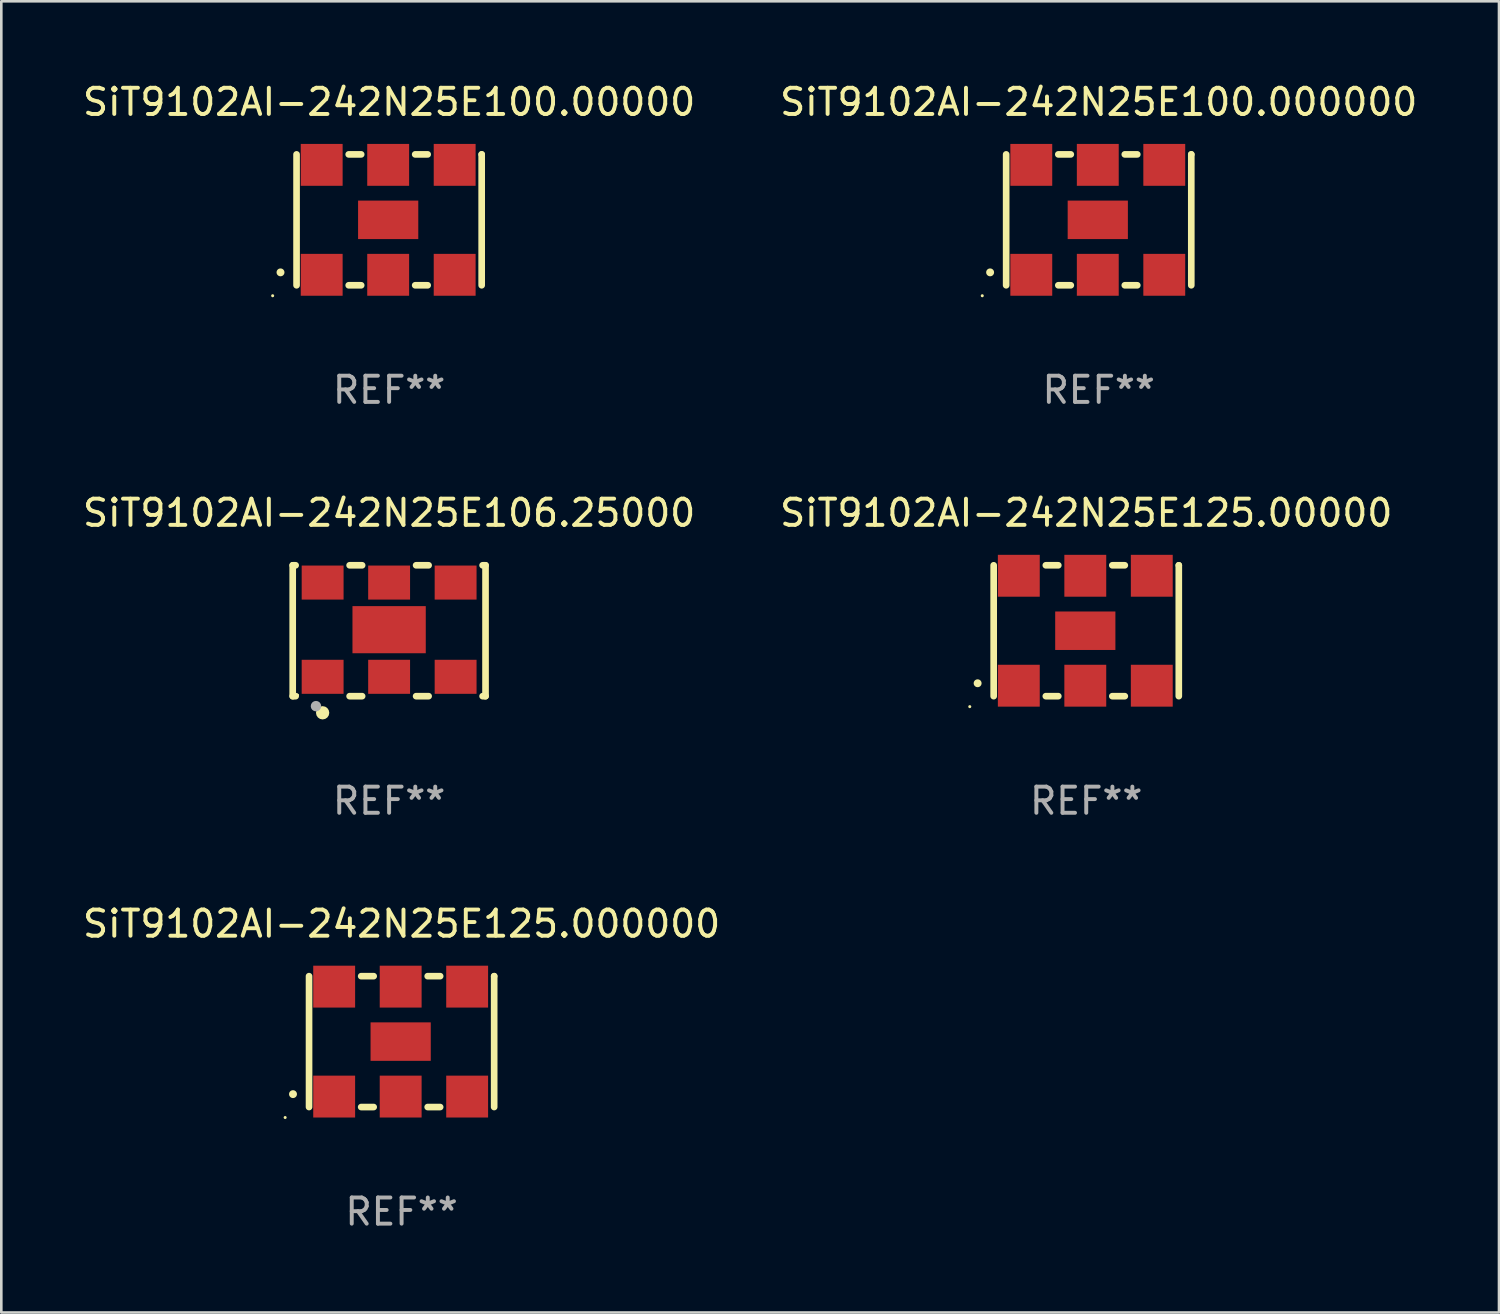
<source format=kicad_pcb>
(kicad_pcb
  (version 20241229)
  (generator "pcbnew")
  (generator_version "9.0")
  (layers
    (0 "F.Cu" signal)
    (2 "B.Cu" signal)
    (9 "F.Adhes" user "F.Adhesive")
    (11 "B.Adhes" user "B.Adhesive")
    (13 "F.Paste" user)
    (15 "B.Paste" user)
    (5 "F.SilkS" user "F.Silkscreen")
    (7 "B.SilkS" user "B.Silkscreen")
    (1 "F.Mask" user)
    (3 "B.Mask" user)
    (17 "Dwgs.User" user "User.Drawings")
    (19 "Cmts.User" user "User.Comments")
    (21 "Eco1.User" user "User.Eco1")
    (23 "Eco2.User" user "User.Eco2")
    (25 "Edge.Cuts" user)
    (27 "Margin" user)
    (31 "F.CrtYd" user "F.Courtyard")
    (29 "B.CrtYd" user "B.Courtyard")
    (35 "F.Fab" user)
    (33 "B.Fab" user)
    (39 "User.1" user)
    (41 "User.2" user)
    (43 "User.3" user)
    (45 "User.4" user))
  (footprint "SiT9102AI-242N25E100.000000"
    (layer "F.Cu")
    (at 38.923 5.348)
    (property "Reference" "SiT9102AI-242N25E100.000000" (at 0 -4.5 0) (layer "F.SilkS") (effects (font (size 1 1) (thickness 0.15))))
    (attr through_hole)
    (fp_line (start -3.536 -2.5) (end -3.536 2.5) (stroke (width 0.254) (type solid)) (layer "F.SilkS"))
    (fp_line (start -1.544 2.5) (end -1.067 2.5) (stroke (width 0.254) (type solid)) (layer "F.SilkS"))
    (fp_line (start -1.067 -2.5) (end -1.544 -2.5) (stroke (width 0.254) (type solid)) (layer "F.SilkS"))
    (fp_line (start 0.996 2.5) (end 1.473 2.5) (stroke (width 0.254) (type solid)) (layer "F.SilkS"))
    (fp_line (start 1.473 -2.5) (end 0.996 -2.5) (stroke (width 0.254) (type solid)) (layer "F.SilkS"))
    (fp_line (start 3.536 -2.5) (end 3.536 -2.5) (stroke (width 0.254) (type solid)) (layer "F.SilkS"))
    (fp_line (start 3.536 2.5) (end 3.536 -2.5) (stroke (width 0.254) (type solid)) (layer "F.SilkS"))
    (fp_arc (start -4.150432 2.006604) (mid -4.149162 2.006599) (end -4.147892 2.006604) (stroke (width 0.3) (type solid)) (layer "F.SilkS"))
    (fp_circle (center -4.449 2.9) (end -4.419 2.9) (stroke (width 0.06) (type solid)) (fill no) (layer "F.SilkS"))
    (fp_text user "REF**" (at 0 6.5 0) (layer "F.Fab") (effects (font (size 1 1) (thickness 0.15))))
    (pad "1" smd rect (at -2.576 2.1) (size 1.6 1.6) (layers "F.Cu" "F.Mask" "F.Paste"))
    (pad "2" smd rect (at -0.036 2.1) (size 1.6 1.6) (layers "F.Cu" "F.Mask" "F.Paste"))
    (pad "3" smd rect (at 2.504 2.1) (size 1.6 1.6) (layers "F.Cu" "F.Mask" "F.Paste"))
    (pad "4" smd rect (at 2.504 -2.1) (size 1.6 1.6) (layers "F.Cu" "F.Mask" "F.Paste"))
    (pad "5" smd rect (at -0.036 -2.1) (size 1.6 1.6) (layers "F.Cu" "F.Mask" "F.Paste"))
    (pad "6" smd rect (at -2.576 -2.1) (size 1.6 1.6) (layers "F.Cu" "F.Mask" "F.Paste"))
    (pad "7" smd rect (at -0.036 0) (size 2.3 1.47) (layers "F.Cu" "F.Mask" "F.Paste")))
  (footprint "SiT9102AI-242N25E125.000000"
    (layer "F.Cu")
    (at 12.292 36.741)
    (property "Reference" "SiT9102AI-242N25E125.000000" (at 0 -4.5 0) (layer "F.SilkS") (effects (font (size 1 1) (thickness 0.15))))
    (attr through_hole)
    (fp_line (start -3.536 -2.5) (end -3.536 2.5) (stroke (width 0.254) (type solid)) (layer "F.SilkS"))
    (fp_line (start -1.544 2.5) (end -1.067 2.5) (stroke (width 0.254) (type solid)) (layer "F.SilkS"))
    (fp_line (start -1.067 -2.5) (end -1.544 -2.5) (stroke (width 0.254) (type solid)) (layer "F.SilkS"))
    (fp_line (start 0.996 2.5) (end 1.473 2.5) (stroke (width 0.254) (type solid)) (layer "F.SilkS"))
    (fp_line (start 1.473 -2.5) (end 0.996 -2.5) (stroke (width 0.254) (type solid)) (layer "F.SilkS"))
    (fp_line (start 3.536 -2.5) (end 3.536 -2.5) (stroke (width 0.254) (type solid)) (layer "F.SilkS"))
    (fp_line (start 3.536 2.5) (end 3.536 -2.5) (stroke (width 0.254) (type solid)) (layer "F.SilkS"))
    (fp_arc (start -4.150432 2.006604) (mid -4.149162 2.006599) (end -4.147892 2.006604) (stroke (width 0.3) (type solid)) (layer "F.SilkS"))
    (fp_circle (center -4.449 2.9) (end -4.419 2.9) (stroke (width 0.06) (type solid)) (fill no) (layer "F.SilkS"))
    (fp_text user "REF**" (at 0 6.5 0) (layer "F.Fab") (effects (font (size 1 1) (thickness 0.15))))
    (pad "1" smd rect (at -2.576 2.1) (size 1.6 1.6) (layers "F.Cu" "F.Mask" "F.Paste"))
    (pad "2" smd rect (at -0.036 2.1) (size 1.6 1.6) (layers "F.Cu" "F.Mask" "F.Paste"))
    (pad "3" smd rect (at 2.504 2.1) (size 1.6 1.6) (layers "F.Cu" "F.Mask" "F.Paste"))
    (pad "4" smd rect (at 2.504 -2.1) (size 1.6 1.6) (layers "F.Cu" "F.Mask" "F.Paste"))
    (pad "5" smd rect (at -0.036 -2.1) (size 1.6 1.6) (layers "F.Cu" "F.Mask" "F.Paste"))
    (pad "6" smd rect (at -2.576 -2.1) (size 1.6 1.6) (layers "F.Cu" "F.Mask" "F.Paste"))
    (pad "7" smd rect (at -0.036 0) (size 2.3 1.47) (layers "F.Cu" "F.Mask" "F.Paste")))
  (footprint "SiT9102AI-242N25E100.00000"
    (layer "F.Cu")
    (at 11.815 5.348)
    (property "Reference" "SiT9102AI-242N25E100.00000" (at 0 -4.5 0) (layer "F.SilkS") (effects (font (size 1 1) (thickness 0.15))))
    (attr through_hole)
    (fp_line (start -3.536 -2.5) (end -3.536 2.5) (stroke (width 0.254) (type solid)) (layer "F.SilkS"))
    (fp_line (start -1.544 2.5) (end -1.067 2.5) (stroke (width 0.254) (type solid)) (layer "F.SilkS"))
    (fp_line (start -1.067 -2.5) (end -1.544 -2.5) (stroke (width 0.254) (type solid)) (layer "F.SilkS"))
    (fp_line (start 0.996 2.5) (end 1.473 2.5) (stroke (width 0.254) (type solid)) (layer "F.SilkS"))
    (fp_line (start 1.473 -2.5) (end 0.996 -2.5) (stroke (width 0.254) (type solid)) (layer "F.SilkS"))
    (fp_line (start 3.536 -2.5) (end 3.536 -2.5) (stroke (width 0.254) (type solid)) (layer "F.SilkS"))
    (fp_line (start 3.536 2.5) (end 3.536 -2.5) (stroke (width 0.254) (type solid)) (layer "F.SilkS"))
    (fp_arc (start -4.150432 2.006604) (mid -4.149162 2.006599) (end -4.147892 2.006604) (stroke (width 0.3) (type solid)) (layer "F.SilkS"))
    (fp_circle (center -4.449 2.9) (end -4.419 2.9) (stroke (width 0.06) (type solid)) (fill no) (layer "F.SilkS"))
    (fp_text user "REF**" (at 0 6.5 0) (layer "F.Fab") (effects (font (size 1 1) (thickness 0.15))))
    (pad "1" smd rect (at -2.576 2.1) (size 1.6 1.6) (layers "F.Cu" "F.Mask" "F.Paste"))
    (pad "2" smd rect (at -0.036 2.1) (size 1.6 1.6) (layers "F.Cu" "F.Mask" "F.Paste"))
    (pad "3" smd rect (at 2.504 2.1) (size 1.6 1.6) (layers "F.Cu" "F.Mask" "F.Paste"))
    (pad "4" smd rect (at 2.504 -2.1) (size 1.6 1.6) (layers "F.Cu" "F.Mask" "F.Paste"))
    (pad "5" smd rect (at -0.036 -2.1) (size 1.6 1.6) (layers "F.Cu" "F.Mask" "F.Paste"))
    (pad "6" smd rect (at -2.576 -2.1) (size 1.6 1.6) (layers "F.Cu" "F.Mask" "F.Paste"))
    (pad "7" smd rect (at -0.036 0) (size 2.3 1.47) (layers "F.Cu" "F.Mask" "F.Paste")))
  (footprint "SiT9102AI-242N25E125.00000"
    (layer "F.Cu")
    (at 38.446 21.045)
    (property "Reference" "SiT9102AI-242N25E125.00000" (at 0 -4.5 0) (layer "F.SilkS") (effects (font (size 1 1) (thickness 0.15))))
    (attr through_hole)
    (fp_line (start -3.536 -2.5) (end -3.536 2.5) (stroke (width 0.254) (type solid)) (layer "F.SilkS"))
    (fp_line (start -1.544 2.5) (end -1.067 2.5) (stroke (width 0.254) (type solid)) (layer "F.SilkS"))
    (fp_line (start -1.067 -2.5) (end -1.544 -2.5) (stroke (width 0.254) (type solid)) (layer "F.SilkS"))
    (fp_line (start 0.996 2.5) (end 1.473 2.5) (stroke (width 0.254) (type solid)) (layer "F.SilkS"))
    (fp_line (start 1.473 -2.5) (end 0.996 -2.5) (stroke (width 0.254) (type solid)) (layer "F.SilkS"))
    (fp_line (start 3.536 -2.5) (end 3.536 -2.5) (stroke (width 0.254) (type solid)) (layer "F.SilkS"))
    (fp_line (start 3.536 2.5) (end 3.536 -2.5) (stroke (width 0.254) (type solid)) (layer "F.SilkS"))
    (fp_arc (start -4.150432 2.006604) (mid -4.149162 2.006599) (end -4.147892 2.006604) (stroke (width 0.3) (type solid)) (layer "F.SilkS"))
    (fp_circle (center -4.449 2.9) (end -4.419 2.9) (stroke (width 0.06) (type solid)) (fill no) (layer "F.SilkS"))
    (fp_text user "REF**" (at 0 6.5 0) (layer "F.Fab") (effects (font (size 1 1) (thickness 0.15))))
    (pad "1" smd rect (at -2.576 2.1) (size 1.6 1.6) (layers "F.Cu" "F.Mask" "F.Paste"))
    (pad "2" smd rect (at -0.036 2.1) (size 1.6 1.6) (layers "F.Cu" "F.Mask" "F.Paste"))
    (pad "3" smd rect (at 2.504 2.1) (size 1.6 1.6) (layers "F.Cu" "F.Mask" "F.Paste"))
    (pad "4" smd rect (at 2.504 -2.1) (size 1.6 1.6) (layers "F.Cu" "F.Mask" "F.Paste"))
    (pad "5" smd rect (at -0.036 -2.1) (size 1.6 1.6) (layers "F.Cu" "F.Mask" "F.Paste"))
    (pad "6" smd rect (at -2.576 -2.1) (size 1.6 1.6) (layers "F.Cu" "F.Mask" "F.Paste"))
    (pad "7" smd rect (at -0.036 0) (size 2.3 1.47) (layers "F.Cu" "F.Mask" "F.Paste")))
  (footprint "SiT9102AI-242N25E106.25000"
    (layer "F.Cu")
    (at 11.815 21.045)
    (property "Reference" "SiT9102AI-242N25E106.25000" (at 0 -4.5 0) (layer "F.SilkS") (effects (font (size 1 1) (thickness 0.15))))
    (attr through_hole)
    (fp_line (start -3.683 -2.5) (end -3.571 -2.5) (stroke (width 0.254) (type solid)) (layer "F.SilkS"))
    (fp_line (start -3.683 2.5) (end -3.683 -2.5) (stroke (width 0.254) (type solid)) (layer "F.SilkS"))
    (fp_line (start -3.683 2.5) (end -3.571 2.5) (stroke (width 0.254) (type solid)) (layer "F.SilkS"))
    (fp_line (start -1.509 -2.5) (end -1.031 -2.5) (stroke (width 0.254) (type solid)) (layer "F.SilkS"))
    (fp_line (start -1.509 2.5) (end -1.031 2.5) (stroke (width 0.254) (type solid)) (layer "F.SilkS"))
    (fp_line (start 1.031 -2.5) (end 1.509 -2.5) (stroke (width 0.254) (type solid)) (layer "F.SilkS"))
    (fp_line (start 1.031 2.5) (end 1.509 2.5) (stroke (width 0.254) (type solid)) (layer "F.SilkS"))
    (fp_line (start 3.571 -2.5) (end 3.683 -2.5) (stroke (width 0.254) (type solid)) (layer "F.SilkS"))
    (fp_line (start 3.571 2.5) (end 3.683 2.5) (stroke (width 0.254) (type solid)) (layer "F.SilkS"))
    (fp_line (start 3.683 2.5) (end 3.683 -2.5) (stroke (width 0.254) (type solid)) (layer "F.SilkS"))
    (fp_circle (center -3.5 2.46) (end -3.47 2.46) (stroke (width 0.06) (type solid)) (fill no) (layer "F.SilkS"))
    (fp_circle (center -2.54 3.135) (end -2.413 3.135) (stroke (width 0.254) (type solid)) (fill no) (layer "F.SilkS"))
    (fp_circle (center -2.794 2.881) (end -2.694 2.881) (stroke (width 0.2) (type solid)) (fill no) (layer "F.Fab"))
    (fp_text user "REF**" (at 0 6.5 0) (layer "F.Fab") (effects (font (size 1 1) (thickness 0.15))))
    (pad "1" smd rect (at -2.54 1.76) (size 1.6 1.3) (layers "F.Cu" "F.Mask" "F.Paste"))
    (pad "2" smd rect (at 0 1.76) (size 1.6 1.3) (layers "F.Cu" "F.Mask" "F.Paste"))
    (pad "3" smd rect (at 2.54 1.76) (size 1.6 1.3) (layers "F.Cu" "F.Mask" "F.Paste"))
    (pad "4" smd rect (at 2.54 -1.84) (size 1.6 1.3) (layers "F.Cu" "F.Mask" "F.Paste"))
    (pad "5" smd rect (at 0 -1.84) (size 1.6 1.3) (layers "F.Cu" "F.Mask" "F.Paste"))
    (pad "6" smd rect (at -2.54 -1.84) (size 1.6 1.3) (layers "F.Cu" "F.Mask" "F.Paste"))
    (pad "7" smd rect (at 0 -0.04) (size 2.8 1.8) (layers "F.Cu" "F.Mask" "F.Paste")))
  (gr_rect
    (start -3 -3)
    (end 54.214 47.09)
    (stroke (width 0.1) (type default))
    (fill no)
    (layer "Edge.Cuts")))
</source>
